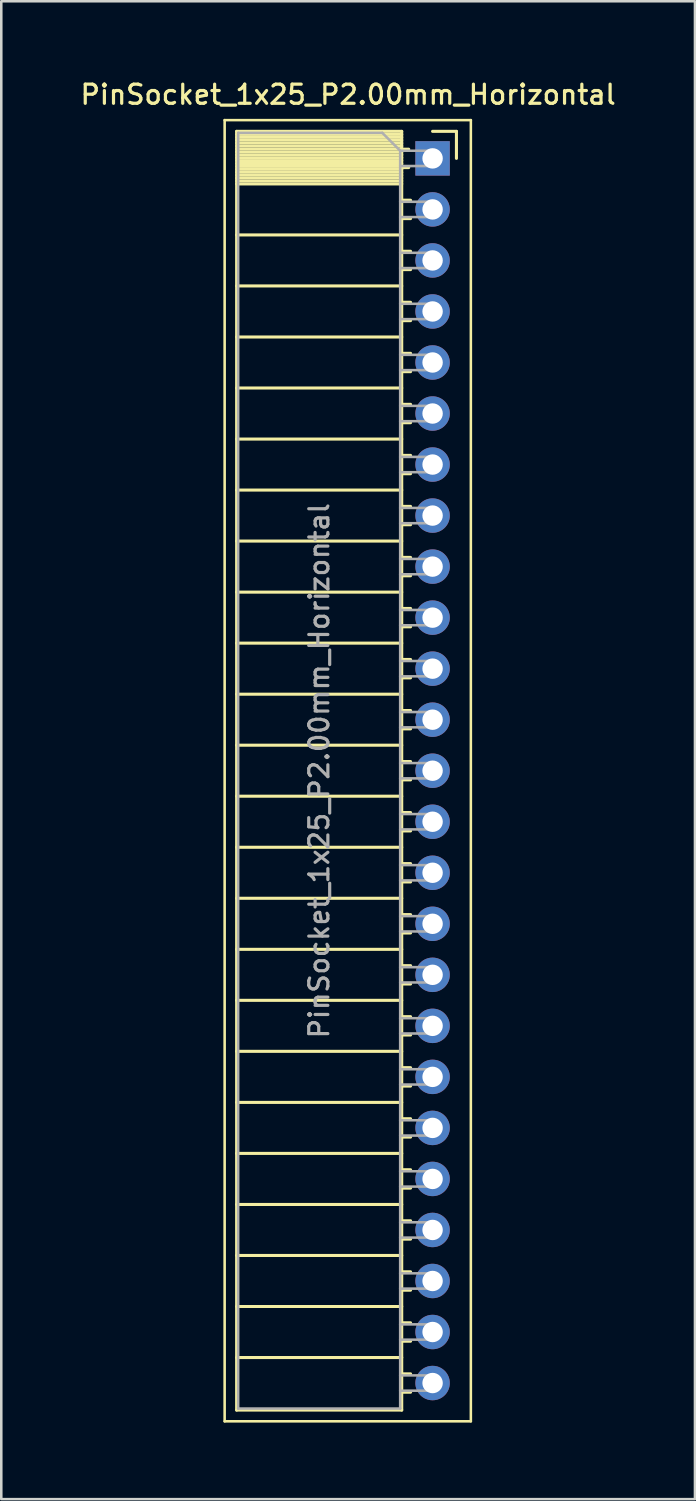
<source format=kicad_pcb>
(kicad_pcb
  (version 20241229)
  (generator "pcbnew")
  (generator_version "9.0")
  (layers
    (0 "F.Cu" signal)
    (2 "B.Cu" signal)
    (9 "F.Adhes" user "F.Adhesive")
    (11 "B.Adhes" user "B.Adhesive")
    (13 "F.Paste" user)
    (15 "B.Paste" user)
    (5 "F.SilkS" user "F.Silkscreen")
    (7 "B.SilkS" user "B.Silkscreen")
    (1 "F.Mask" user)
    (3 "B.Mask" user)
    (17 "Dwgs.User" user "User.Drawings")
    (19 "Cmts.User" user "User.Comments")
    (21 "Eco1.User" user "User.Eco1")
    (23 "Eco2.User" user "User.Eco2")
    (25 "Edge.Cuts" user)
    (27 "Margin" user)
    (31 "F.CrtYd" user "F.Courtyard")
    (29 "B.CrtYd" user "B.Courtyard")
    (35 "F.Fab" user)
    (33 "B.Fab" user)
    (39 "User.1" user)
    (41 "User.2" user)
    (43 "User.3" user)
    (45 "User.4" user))
  (footprint "PinSocket_1x25_P2.00mm_Horizontal"
    (layer "F.Cu")
    (at 13.905 3.158)
    (property "Reference" "PinSocket_1x25_P2.00mm_Horizontal" (at -3.31 -2.5 0) (layer "F.SilkS") (effects (font (size 0.75 0.75) (thickness 0.125))))
    (attr through_hole)
    (fp_line (start -8.15 -1.5) (end -8.15 49.5) (stroke (width 0.1) (type solid)) (layer "F.SilkS"))
    (fp_line (start -8.15 49.5) (end 1.5 49.5) (stroke (width 0.1) (type solid)) (layer "F.SilkS"))
    (fp_line (start -7.68 -1.06) (end -7.68 49.06) (stroke (width 0.12) (type solid)) (layer "F.SilkS"))
    (fp_line (start -7.68 -1.06) (end -1.21 -1.06) (stroke (width 0.12) (type solid)) (layer "F.SilkS"))
    (fp_line (start -7.68 -0.94) (end -1.21 -0.94) (stroke (width 0.12) (type solid)) (layer "F.SilkS"))
    (fp_line (start -7.68 -0.826) (end -1.21 -0.826) (stroke (width 0.12) (type solid)) (layer "F.SilkS"))
    (fp_line (start -7.68 -0.712) (end -1.21 -0.712) (stroke (width 0.12) (type solid)) (layer "F.SilkS"))
    (fp_line (start -7.68 -0.598) (end -1.21 -0.598) (stroke (width 0.12) (type solid)) (layer "F.SilkS"))
    (fp_line (start -7.68 -0.484) (end -1.21 -0.484) (stroke (width 0.12) (type solid)) (layer "F.SilkS"))
    (fp_line (start -7.68 -0.369) (end -1.21 -0.369) (stroke (width 0.12) (type solid)) (layer "F.SilkS"))
    (fp_line (start -7.68 -0.255) (end -1.21 -0.255) (stroke (width 0.12) (type solid)) (layer "F.SilkS"))
    (fp_line (start -7.68 -0.141) (end -1.21 -0.141) (stroke (width 0.12) (type solid)) (layer "F.SilkS"))
    (fp_line (start -7.68 -0.027) (end -1.21 -0.027) (stroke (width 0.12) (type solid)) (layer "F.SilkS"))
    (fp_line (start -7.68 0.087) (end -1.21 0.087) (stroke (width 0.12) (type solid)) (layer "F.SilkS"))
    (fp_line (start -7.68 0.201) (end -1.21 0.201) (stroke (width 0.12) (type solid)) (layer "F.SilkS"))
    (fp_line (start -7.68 0.315) (end -1.21 0.315) (stroke (width 0.12) (type solid)) (layer "F.SilkS"))
    (fp_line (start -7.68 0.429) (end -1.21 0.429) (stroke (width 0.12) (type solid)) (layer "F.SilkS"))
    (fp_line (start -7.68 0.544) (end -1.21 0.544) (stroke (width 0.12) (type solid)) (layer "F.SilkS"))
    (fp_line (start -7.68 0.658) (end -1.21 0.658) (stroke (width 0.12) (type solid)) (layer "F.SilkS"))
    (fp_line (start -7.68 0.772) (end -1.21 0.772) (stroke (width 0.12) (type solid)) (layer "F.SilkS"))
    (fp_line (start -7.68 0.886) (end -1.21 0.886) (stroke (width 0.12) (type solid)) (layer "F.SilkS"))
    (fp_line (start -7.68 1) (end -1.21 1) (stroke (width 0.12) (type solid)) (layer "F.SilkS"))
    (fp_line (start -7.68 3) (end -1.21 3) (stroke (width 0.12) (type solid)) (layer "F.SilkS"))
    (fp_line (start -7.68 5) (end -1.21 5) (stroke (width 0.12) (type solid)) (layer "F.SilkS"))
    (fp_line (start -7.68 7) (end -1.21 7) (stroke (width 0.12) (type solid)) (layer "F.SilkS"))
    (fp_line (start -7.68 9) (end -1.21 9) (stroke (width 0.12) (type solid)) (layer "F.SilkS"))
    (fp_line (start -7.68 11) (end -1.21 11) (stroke (width 0.12) (type solid)) (layer "F.SilkS"))
    (fp_line (start -7.68 13) (end -1.21 13) (stroke (width 0.12) (type solid)) (layer "F.SilkS"))
    (fp_line (start -7.68 15) (end -1.21 15) (stroke (width 0.12) (type solid)) (layer "F.SilkS"))
    (fp_line (start -7.68 17) (end -1.21 17) (stroke (width 0.12) (type solid)) (layer "F.SilkS"))
    (fp_line (start -7.68 19) (end -1.21 19) (stroke (width 0.12) (type solid)) (layer "F.SilkS"))
    (fp_line (start -7.68 21) (end -1.21 21) (stroke (width 0.12) (type solid)) (layer "F.SilkS"))
    (fp_line (start -7.68 23) (end -1.21 23) (stroke (width 0.12) (type solid)) (layer "F.SilkS"))
    (fp_line (start -7.68 25) (end -1.21 25) (stroke (width 0.12) (type solid)) (layer "F.SilkS"))
    (fp_line (start -7.68 27) (end -1.21 27) (stroke (width 0.12) (type solid)) (layer "F.SilkS"))
    (fp_line (start -7.68 29) (end -1.21 29) (stroke (width 0.12) (type solid)) (layer "F.SilkS"))
    (fp_line (start -7.68 31) (end -1.21 31) (stroke (width 0.12) (type solid)) (layer "F.SilkS"))
    (fp_line (start -7.68 33) (end -1.21 33) (stroke (width 0.12) (type solid)) (layer "F.SilkS"))
    (fp_line (start -7.68 35) (end -1.21 35) (stroke (width 0.12) (type solid)) (layer "F.SilkS"))
    (fp_line (start -7.68 37) (end -1.21 37) (stroke (width 0.12) (type solid)) (layer "F.SilkS"))
    (fp_line (start -7.68 39) (end -1.21 39) (stroke (width 0.12) (type solid)) (layer "F.SilkS"))
    (fp_line (start -7.68 41) (end -1.21 41) (stroke (width 0.12) (type solid)) (layer "F.SilkS"))
    (fp_line (start -7.68 43) (end -1.21 43) (stroke (width 0.12) (type solid)) (layer "F.SilkS"))
    (fp_line (start -7.68 45) (end -1.21 45) (stroke (width 0.12) (type solid)) (layer "F.SilkS"))
    (fp_line (start -7.68 47) (end -1.21 47) (stroke (width 0.12) (type solid)) (layer "F.SilkS"))
    (fp_line (start -7.68 49.06) (end -1.21 49.06) (stroke (width 0.12) (type solid)) (layer "F.SilkS"))
    (fp_line (start -1.21 -1.06) (end -1.21 49.06) (stroke (width 0.12) (type solid)) (layer "F.SilkS"))
    (fp_line (start -1.21 -0.36) (end -0.935 -0.36) (stroke (width 0.12) (type solid)) (layer "F.SilkS"))
    (fp_line (start -1.21 0.36) (end -0.935 0.36) (stroke (width 0.12) (type solid)) (layer "F.SilkS"))
    (fp_line (start -1.21 1.64) (end -0.863 1.64) (stroke (width 0.12) (type solid)) (layer "F.SilkS"))
    (fp_line (start -1.21 2.36) (end -0.863 2.36) (stroke (width 0.12) (type solid)) (layer "F.SilkS"))
    (fp_line (start -1.21 3.64) (end -0.863 3.64) (stroke (width 0.12) (type solid)) (layer "F.SilkS"))
    (fp_line (start -1.21 4.36) (end -0.863 4.36) (stroke (width 0.12) (type solid)) (layer "F.SilkS"))
    (fp_line (start -1.21 5.64) (end -0.863 5.64) (stroke (width 0.12) (type solid)) (layer "F.SilkS"))
    (fp_line (start -1.21 6.36) (end -0.863 6.36) (stroke (width 0.12) (type solid)) (layer "F.SilkS"))
    (fp_line (start -1.21 7.64) (end -0.863 7.64) (stroke (width 0.12) (type solid)) (layer "F.SilkS"))
    (fp_line (start -1.21 8.36) (end -0.863 8.36) (stroke (width 0.12) (type solid)) (layer "F.SilkS"))
    (fp_line (start -1.21 9.64) (end -0.863 9.64) (stroke (width 0.12) (type solid)) (layer "F.SilkS"))
    (fp_line (start -1.21 10.36) (end -0.863 10.36) (stroke (width 0.12) (type solid)) (layer "F.SilkS"))
    (fp_line (start -1.21 11.64) (end -0.863 11.64) (stroke (width 0.12) (type solid)) (layer "F.SilkS"))
    (fp_line (start -1.21 12.36) (end -0.863 12.36) (stroke (width 0.12) (type solid)) (layer "F.SilkS"))
    (fp_line (start -1.21 13.64) (end -0.863 13.64) (stroke (width 0.12) (type solid)) (layer "F.SilkS"))
    (fp_line (start -1.21 14.36) (end -0.863 14.36) (stroke (width 0.12) (type solid)) (layer "F.SilkS"))
    (fp_line (start -1.21 15.64) (end -0.863 15.64) (stroke (width 0.12) (type solid)) (layer "F.SilkS"))
    (fp_line (start -1.21 16.36) (end -0.863 16.36) (stroke (width 0.12) (type solid)) (layer "F.SilkS"))
    (fp_line (start -1.21 17.64) (end -0.863 17.64) (stroke (width 0.12) (type solid)) (layer "F.SilkS"))
    (fp_line (start -1.21 18.36) (end -0.863 18.36) (stroke (width 0.12) (type solid)) (layer "F.SilkS"))
    (fp_line (start -1.21 19.64) (end -0.863 19.64) (stroke (width 0.12) (type solid)) (layer "F.SilkS"))
    (fp_line (start -1.21 20.36) (end -0.863 20.36) (stroke (width 0.12) (type solid)) (layer "F.SilkS"))
    (fp_line (start -1.21 21.64) (end -0.863 21.64) (stroke (width 0.12) (type solid)) (layer "F.SilkS"))
    (fp_line (start -1.21 22.36) (end -0.863 22.36) (stroke (width 0.12) (type solid)) (layer "F.SilkS"))
    (fp_line (start -1.21 23.64) (end -0.863 23.64) (stroke (width 0.12) (type solid)) (layer "F.SilkS"))
    (fp_line (start -1.21 24.36) (end -0.863 24.36) (stroke (width 0.12) (type solid)) (layer "F.SilkS"))
    (fp_line (start -1.21 25.64) (end -0.863 25.64) (stroke (width 0.12) (type solid)) (layer "F.SilkS"))
    (fp_line (start -1.21 26.36) (end -0.863 26.36) (stroke (width 0.12) (type solid)) (layer "F.SilkS"))
    (fp_line (start -1.21 27.64) (end -0.863 27.64) (stroke (width 0.12) (type solid)) (layer "F.SilkS"))
    (fp_line (start -1.21 28.36) (end -0.863 28.36) (stroke (width 0.12) (type solid)) (layer "F.SilkS"))
    (fp_line (start -1.21 29.64) (end -0.863 29.64) (stroke (width 0.12) (type solid)) (layer "F.SilkS"))
    (fp_line (start -1.21 30.36) (end -0.863 30.36) (stroke (width 0.12) (type solid)) (layer "F.SilkS"))
    (fp_line (start -1.21 31.64) (end -0.863 31.64) (stroke (width 0.12) (type solid)) (layer "F.SilkS"))
    (fp_line (start -1.21 32.36) (end -0.863 32.36) (stroke (width 0.12) (type solid)) (layer "F.SilkS"))
    (fp_line (start -1.21 33.64) (end -0.863 33.64) (stroke (width 0.12) (type solid)) (layer "F.SilkS"))
    (fp_line (start -1.21 34.36) (end -0.863 34.36) (stroke (width 0.12) (type solid)) (layer "F.SilkS"))
    (fp_line (start -1.21 35.64) (end -0.863 35.64) (stroke (width 0.12) (type solid)) (layer "F.SilkS"))
    (fp_line (start -1.21 36.36) (end -0.863 36.36) (stroke (width 0.12) (type solid)) (layer "F.SilkS"))
    (fp_line (start -1.21 37.64) (end -0.863 37.64) (stroke (width 0.12) (type solid)) (layer "F.SilkS"))
    (fp_line (start -1.21 38.36) (end -0.863 38.36) (stroke (width 0.12) (type solid)) (layer "F.SilkS"))
    (fp_line (start -1.21 39.64) (end -0.863 39.64) (stroke (width 0.12) (type solid)) (layer "F.SilkS"))
    (fp_line (start -1.21 40.36) (end -0.863 40.36) (stroke (width 0.12) (type solid)) (layer "F.SilkS"))
    (fp_line (start -1.21 41.64) (end -0.863 41.64) (stroke (width 0.12) (type solid)) (layer "F.SilkS"))
    (fp_line (start -1.21 42.36) (end -0.863 42.36) (stroke (width 0.12) (type solid)) (layer "F.SilkS"))
    (fp_line (start -1.21 43.64) (end -0.863 43.64) (stroke (width 0.12) (type solid)) (layer "F.SilkS"))
    (fp_line (start -1.21 44.36) (end -0.863 44.36) (stroke (width 0.12) (type solid)) (layer "F.SilkS"))
    (fp_line (start -1.21 45.64) (end -0.863 45.64) (stroke (width 0.12) (type solid)) (layer "F.SilkS"))
    (fp_line (start -1.21 46.36) (end -0.863 46.36) (stroke (width 0.12) (type solid)) (layer "F.SilkS"))
    (fp_line (start -1.21 47.64) (end -0.863 47.64) (stroke (width 0.12) (type solid)) (layer "F.SilkS"))
    (fp_line (start -1.21 48.36) (end -0.863 48.36) (stroke (width 0.12) (type solid)) (layer "F.SilkS"))
    (fp_line (start 0 -1.06) (end 0.935 -1.06) (stroke (width 0.12) (type solid)) (layer "F.SilkS"))
    (fp_line (start 0.935 -1.06) (end 0.935 0) (stroke (width 0.12) (type solid)) (layer "F.SilkS"))
    (fp_line (start 1.5 -1.5) (end -8.15 -1.5) (stroke (width 0.1) (type solid)) (layer "F.SilkS"))
    (fp_line (start 1.5 49.5) (end 1.5 -1.5) (stroke (width 0.1) (type solid)) (layer "F.SilkS"))
    (fp_line (start -7.62 -1) (end -1.97 -1) (stroke (width 0.1) (type solid)) (layer "F.Fab"))
    (fp_line (start -7.62 49) (end -7.62 -1) (stroke (width 0.1) (type solid)) (layer "F.Fab"))
    (fp_line (start -1.97 -1) (end -1.27 -0.3) (stroke (width 0.1) (type solid)) (layer "F.Fab"))
    (fp_line (start -1.27 -0.3) (end -1.27 49) (stroke (width 0.1) (type solid)) (layer "F.Fab"))
    (fp_line (start -1.27 0.3) (end 0 0.3) (stroke (width 0.1) (type solid)) (layer "F.Fab"))
    (fp_line (start -1.27 2.3) (end 0 2.3) (stroke (width 0.1) (type solid)) (layer "F.Fab"))
    (fp_line (start -1.27 4.3) (end 0 4.3) (stroke (width 0.1) (type solid)) (layer "F.Fab"))
    (fp_line (start -1.27 6.3) (end 0 6.3) (stroke (width 0.1) (type solid)) (layer "F.Fab"))
    (fp_line (start -1.27 8.3) (end 0 8.3) (stroke (width 0.1) (type solid)) (layer "F.Fab"))
    (fp_line (start -1.27 10.3) (end 0 10.3) (stroke (width 0.1) (type solid)) (layer "F.Fab"))
    (fp_line (start -1.27 12.3) (end 0 12.3) (stroke (width 0.1) (type solid)) (layer "F.Fab"))
    (fp_line (start -1.27 14.3) (end 0 14.3) (stroke (width 0.1) (type solid)) (layer "F.Fab"))
    (fp_line (start -1.27 16.3) (end 0 16.3) (stroke (width 0.1) (type solid)) (layer "F.Fab"))
    (fp_line (start -1.27 18.3) (end 0 18.3) (stroke (width 0.1) (type solid)) (layer "F.Fab"))
    (fp_line (start -1.27 20.3) (end 0 20.3) (stroke (width 0.1) (type solid)) (layer "F.Fab"))
    (fp_line (start -1.27 22.3) (end 0 22.3) (stroke (width 0.1) (type solid)) (layer "F.Fab"))
    (fp_line (start -1.27 24.3) (end 0 24.3) (stroke (width 0.1) (type solid)) (layer "F.Fab"))
    (fp_line (start -1.27 26.3) (end 0 26.3) (stroke (width 0.1) (type solid)) (layer "F.Fab"))
    (fp_line (start -1.27 28.3) (end 0 28.3) (stroke (width 0.1) (type solid)) (layer "F.Fab"))
    (fp_line (start -1.27 30.3) (end 0 30.3) (stroke (width 0.1) (type solid)) (layer "F.Fab"))
    (fp_line (start -1.27 32.3) (end 0 32.3) (stroke (width 0.1) (type solid)) (layer "F.Fab"))
    (fp_line (start -1.27 34.3) (end 0 34.3) (stroke (width 0.1) (type solid)) (layer "F.Fab"))
    (fp_line (start -1.27 36.3) (end 0 36.3) (stroke (width 0.1) (type solid)) (layer "F.Fab"))
    (fp_line (start -1.27 38.3) (end 0 38.3) (stroke (width 0.1) (type solid)) (layer "F.Fab"))
    (fp_line (start -1.27 40.3) (end 0 40.3) (stroke (width 0.1) (type solid)) (layer "F.Fab"))
    (fp_line (start -1.27 42.3) (end 0 42.3) (stroke (width 0.1) (type solid)) (layer "F.Fab"))
    (fp_line (start -1.27 44.3) (end 0 44.3) (stroke (width 0.1) (type solid)) (layer "F.Fab"))
    (fp_line (start -1.27 46.3) (end 0 46.3) (stroke (width 0.1) (type solid)) (layer "F.Fab"))
    (fp_line (start -1.27 48.3) (end 0 48.3) (stroke (width 0.1) (type solid)) (layer "F.Fab"))
    (fp_line (start -1.27 49) (end -7.62 49) (stroke (width 0.1) (type solid)) (layer "F.Fab"))
    (fp_line (start 0 -0.3) (end -1.27 -0.3) (stroke (width 0.1) (type solid)) (layer "F.Fab"))
    (fp_line (start 0 0.3) (end 0 -0.3) (stroke (width 0.1) (type solid)) (layer "F.Fab"))
    (fp_line (start 0 1.7) (end -1.27 1.7) (stroke (width 0.1) (type solid)) (layer "F.Fab"))
    (fp_line (start 0 2.3) (end 0 1.7) (stroke (width 0.1) (type solid)) (layer "F.Fab"))
    (fp_line (start 0 3.7) (end -1.27 3.7) (stroke (width 0.1) (type solid)) (layer "F.Fab"))
    (fp_line (start 0 4.3) (end 0 3.7) (stroke (width 0.1) (type solid)) (layer "F.Fab"))
    (fp_line (start 0 5.7) (end -1.27 5.7) (stroke (width 0.1) (type solid)) (layer "F.Fab"))
    (fp_line (start 0 6.3) (end 0 5.7) (stroke (width 0.1) (type solid)) (layer "F.Fab"))
    (fp_line (start 0 7.7) (end -1.27 7.7) (stroke (width 0.1) (type solid)) (layer "F.Fab"))
    (fp_line (start 0 8.3) (end 0 7.7) (stroke (width 0.1) (type solid)) (layer "F.Fab"))
    (fp_line (start 0 9.7) (end -1.27 9.7) (stroke (width 0.1) (type solid)) (layer "F.Fab"))
    (fp_line (start 0 10.3) (end 0 9.7) (stroke (width 0.1) (type solid)) (layer "F.Fab"))
    (fp_line (start 0 11.7) (end -1.27 11.7) (stroke (width 0.1) (type solid)) (layer "F.Fab"))
    (fp_line (start 0 12.3) (end 0 11.7) (stroke (width 0.1) (type solid)) (layer "F.Fab"))
    (fp_line (start 0 13.7) (end -1.27 13.7) (stroke (width 0.1) (type solid)) (layer "F.Fab"))
    (fp_line (start 0 14.3) (end 0 13.7) (stroke (width 0.1) (type solid)) (layer "F.Fab"))
    (fp_line (start 0 15.7) (end -1.27 15.7) (stroke (width 0.1) (type solid)) (layer "F.Fab"))
    (fp_line (start 0 16.3) (end 0 15.7) (stroke (width 0.1) (type solid)) (layer "F.Fab"))
    (fp_line (start 0 17.7) (end -1.27 17.7) (stroke (width 0.1) (type solid)) (layer "F.Fab"))
    (fp_line (start 0 18.3) (end 0 17.7) (stroke (width 0.1) (type solid)) (layer "F.Fab"))
    (fp_line (start 0 19.7) (end -1.27 19.7) (stroke (width 0.1) (type solid)) (layer "F.Fab"))
    (fp_line (start 0 20.3) (end 0 19.7) (stroke (width 0.1) (type solid)) (layer "F.Fab"))
    (fp_line (start 0 21.7) (end -1.27 21.7) (stroke (width 0.1) (type solid)) (layer "F.Fab"))
    (fp_line (start 0 22.3) (end 0 21.7) (stroke (width 0.1) (type solid)) (layer "F.Fab"))
    (fp_line (start 0 23.7) (end -1.27 23.7) (stroke (width 0.1) (type solid)) (layer "F.Fab"))
    (fp_line (start 0 24.3) (end 0 23.7) (stroke (width 0.1) (type solid)) (layer "F.Fab"))
    (fp_line (start 0 25.7) (end -1.27 25.7) (stroke (width 0.1) (type solid)) (layer "F.Fab"))
    (fp_line (start 0 26.3) (end 0 25.7) (stroke (width 0.1) (type solid)) (layer "F.Fab"))
    (fp_line (start 0 27.7) (end -1.27 27.7) (stroke (width 0.1) (type solid)) (layer "F.Fab"))
    (fp_line (start 0 28.3) (end 0 27.7) (stroke (width 0.1) (type solid)) (layer "F.Fab"))
    (fp_line (start 0 29.7) (end -1.27 29.7) (stroke (width 0.1) (type solid)) (layer "F.Fab"))
    (fp_line (start 0 30.3) (end 0 29.7) (stroke (width 0.1) (type solid)) (layer "F.Fab"))
    (fp_line (start 0 31.7) (end -1.27 31.7) (stroke (width 0.1) (type solid)) (layer "F.Fab"))
    (fp_line (start 0 32.3) (end 0 31.7) (stroke (width 0.1) (type solid)) (layer "F.Fab"))
    (fp_line (start 0 33.7) (end -1.27 33.7) (stroke (width 0.1) (type solid)) (layer "F.Fab"))
    (fp_line (start 0 34.3) (end 0 33.7) (stroke (width 0.1) (type solid)) (layer "F.Fab"))
    (fp_line (start 0 35.7) (end -1.27 35.7) (stroke (width 0.1) (type solid)) (layer "F.Fab"))
    (fp_line (start 0 36.3) (end 0 35.7) (stroke (width 0.1) (type solid)) (layer "F.Fab"))
    (fp_line (start 0 37.7) (end -1.27 37.7) (stroke (width 0.1) (type solid)) (layer "F.Fab"))
    (fp_line (start 0 38.3) (end 0 37.7) (stroke (width 0.1) (type solid)) (layer "F.Fab"))
    (fp_line (start 0 39.7) (end -1.27 39.7) (stroke (width 0.1) (type solid)) (layer "F.Fab"))
    (fp_line (start 0 40.3) (end 0 39.7) (stroke (width 0.1) (type solid)) (layer "F.Fab"))
    (fp_line (start 0 41.7) (end -1.27 41.7) (stroke (width 0.1) (type solid)) (layer "F.Fab"))
    (fp_line (start 0 42.3) (end 0 41.7) (stroke (width 0.1) (type solid)) (layer "F.Fab"))
    (fp_line (start 0 43.7) (end -1.27 43.7) (stroke (width 0.1) (type solid)) (layer "F.Fab"))
    (fp_line (start 0 44.3) (end 0 43.7) (stroke (width 0.1) (type solid)) (layer "F.Fab"))
    (fp_line (start 0 45.7) (end -1.27 45.7) (stroke (width 0.1) (type solid)) (layer "F.Fab"))
    (fp_line (start 0 46.3) (end 0 45.7) (stroke (width 0.1) (type solid)) (layer "F.Fab"))
    (fp_line (start 0 47.7) (end -1.27 47.7) (stroke (width 0.1) (type solid)) (layer "F.Fab"))
    (fp_line (start 0 48.3) (end 0 47.7) (stroke (width 0.1) (type solid)) (layer "F.Fab"))
    (fp_text user "${REFERENCE}" (at -4.445 24 90) (layer "F.Fab") (effects (font (size 0.75 0.75) (thickness 0.125))))
    (pad "1" thru_hole rect (at 0 0) (size 1.35 1.35) (drill 0.8) (layers "*.Cu" "*.Mask"))
    (pad "2" thru_hole oval (at 0 2) (size 1.35 1.35) (drill 0.8) (layers "*.Cu" "*.Mask"))
    (pad "3" thru_hole oval (at 0 4) (size 1.35 1.35) (drill 0.8) (layers "*.Cu" "*.Mask"))
    (pad "4" thru_hole oval (at 0 6) (size 1.35 1.35) (drill 0.8) (layers "*.Cu" "*.Mask"))
    (pad "5" thru_hole oval (at 0 8) (size 1.35 1.35) (drill 0.8) (layers "*.Cu" "*.Mask"))
    (pad "6" thru_hole oval (at 0 10) (size 1.35 1.35) (drill 0.8) (layers "*.Cu" "*.Mask"))
    (pad "7" thru_hole oval (at 0 12) (size 1.35 1.35) (drill 0.8) (layers "*.Cu" "*.Mask"))
    (pad "8" thru_hole oval (at 0 14) (size 1.35 1.35) (drill 0.8) (layers "*.Cu" "*.Mask"))
    (pad "9" thru_hole oval (at 0 16) (size 1.35 1.35) (drill 0.8) (layers "*.Cu" "*.Mask"))
    (pad "10" thru_hole oval (at 0 18) (size 1.35 1.35) (drill 0.8) (layers "*.Cu" "*.Mask"))
    (pad "11" thru_hole oval (at 0 20) (size 1.35 1.35) (drill 0.8) (layers "*.Cu" "*.Mask"))
    (pad "12" thru_hole oval (at 0 22) (size 1.35 1.35) (drill 0.8) (layers "*.Cu" "*.Mask"))
    (pad "13" thru_hole oval (at 0 24) (size 1.35 1.35) (drill 0.8) (layers "*.Cu" "*.Mask"))
    (pad "14" thru_hole oval (at 0 26) (size 1.35 1.35) (drill 0.8) (layers "*.Cu" "*.Mask"))
    (pad "15" thru_hole oval (at 0 28) (size 1.35 1.35) (drill 0.8) (layers "*.Cu" "*.Mask"))
    (pad "16" thru_hole oval (at 0 30) (size 1.35 1.35) (drill 0.8) (layers "*.Cu" "*.Mask"))
    (pad "17" thru_hole oval (at 0 32) (size 1.35 1.35) (drill 0.8) (layers "*.Cu" "*.Mask"))
    (pad "18" thru_hole oval (at 0 34) (size 1.35 1.35) (drill 0.8) (layers "*.Cu" "*.Mask"))
    (pad "19" thru_hole oval (at 0 36) (size 1.35 1.35) (drill 0.8) (layers "*.Cu" "*.Mask"))
    (pad "20" thru_hole oval (at 0 38) (size 1.35 1.35) (drill 0.8) (layers "*.Cu" "*.Mask"))
    (pad "21" thru_hole oval (at 0 40) (size 1.35 1.35) (drill 0.8) (layers "*.Cu" "*.Mask"))
    (pad "22" thru_hole oval (at 0 42) (size 1.35 1.35) (drill 0.8) (layers "*.Cu" "*.Mask"))
    (pad "23" thru_hole oval (at 0 44) (size 1.35 1.35) (drill 0.8) (layers "*.Cu" "*.Mask"))
    (pad "24" thru_hole oval (at 0 46) (size 1.35 1.35) (drill 0.8) (layers "*.Cu" "*.Mask"))
    (pad "25" thru_hole oval (at 0 48) (size 1.35 1.35) (drill 0.8) (layers "*.Cu" "*.Mask")))
  (gr_rect
    (start -3 -3)
    (end 24.189 55.708)
    (stroke (width 0.1) (type default))
    (fill no)
    (layer "Edge.Cuts")))
</source>
